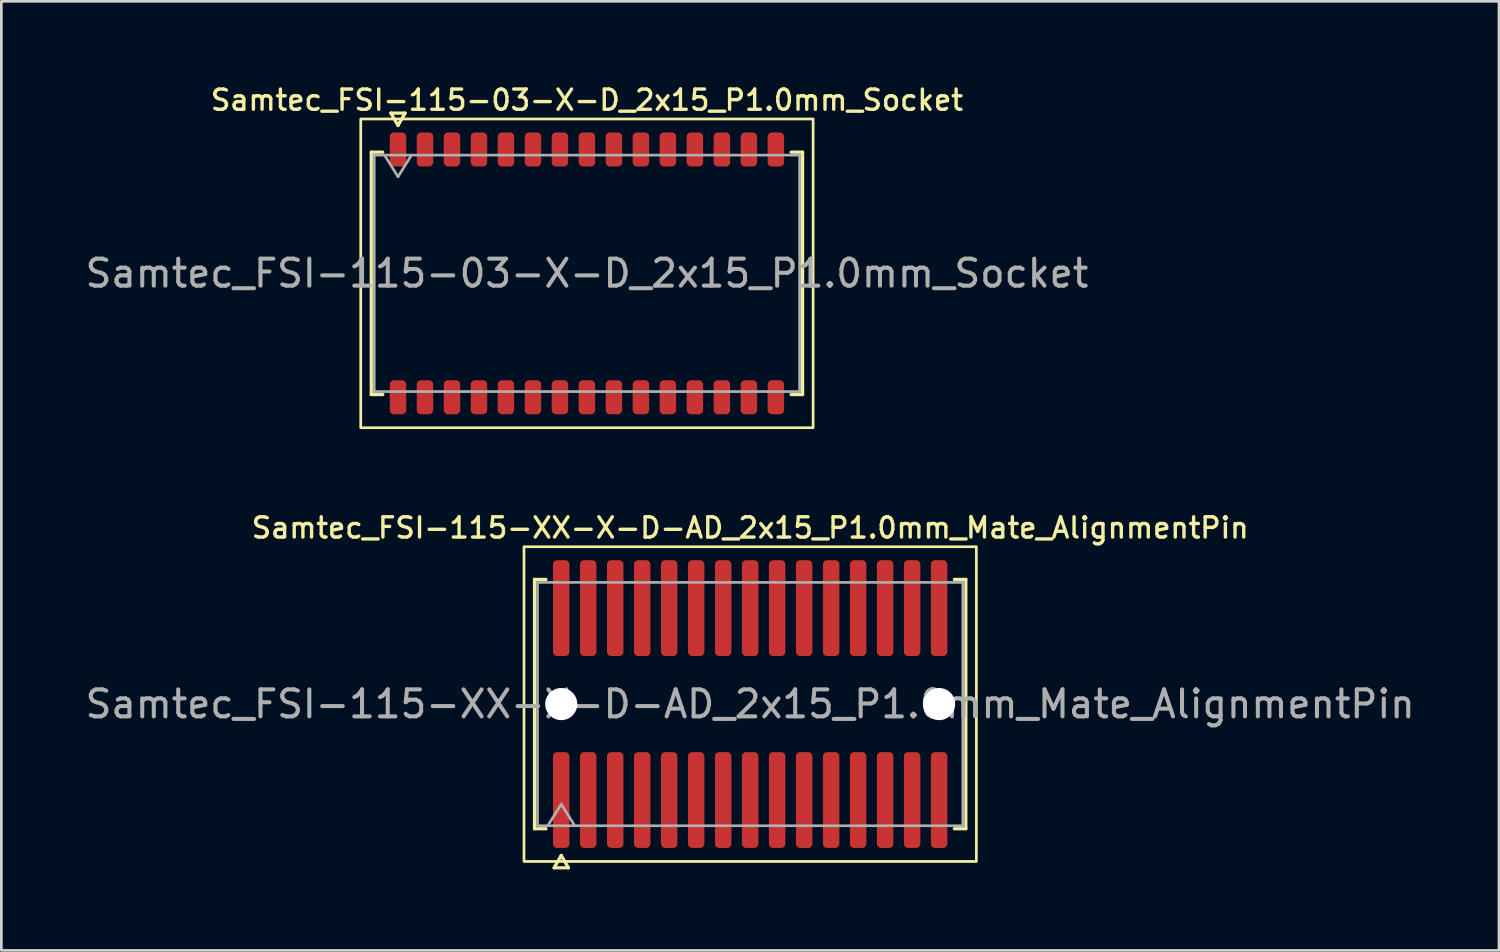
<source format=kicad_pcb>
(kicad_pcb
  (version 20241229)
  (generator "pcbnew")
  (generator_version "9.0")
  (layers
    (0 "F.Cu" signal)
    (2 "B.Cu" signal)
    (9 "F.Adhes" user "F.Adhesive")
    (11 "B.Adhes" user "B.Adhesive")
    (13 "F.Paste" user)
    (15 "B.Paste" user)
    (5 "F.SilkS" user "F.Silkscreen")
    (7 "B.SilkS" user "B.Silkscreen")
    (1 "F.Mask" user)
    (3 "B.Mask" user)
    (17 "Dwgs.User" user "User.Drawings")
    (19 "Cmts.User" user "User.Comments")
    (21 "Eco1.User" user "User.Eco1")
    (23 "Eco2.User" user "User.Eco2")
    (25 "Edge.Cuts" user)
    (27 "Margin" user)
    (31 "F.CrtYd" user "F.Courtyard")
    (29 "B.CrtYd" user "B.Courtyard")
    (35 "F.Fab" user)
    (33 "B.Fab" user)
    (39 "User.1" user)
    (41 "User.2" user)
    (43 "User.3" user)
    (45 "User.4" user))
  (footprint "Samtec_FSI-115-XX-X-D-AD_2x15_P1.0mm_Mate_AlignmentPin"
    (layer "F.Cu")
    (at 24.744 23.036)
    (property "Reference" "Samtec_FSI-115-XX-X-D-AD_2x15_P1.0mm_Mate_AlignmentPin" (at 0 -6.53 0) (layer "F.SilkS") (effects (font (size 0.75 0.75) (thickness 0.125))))
    (attr exclude_from_pos_files exclude_from_bom)
    (fp_line (start -7.99 -4.619) (end -7.565 -4.619) (stroke (width 0.12) (type solid)) (layer "F.SilkS"))
    (fp_line (start -7.99 4.619) (end -7.99 -4.619) (stroke (width 0.12) (type solid)) (layer "F.SilkS"))
    (fp_line (start -7.565 4.619) (end -7.99 4.619) (stroke (width 0.12) (type solid)) (layer "F.SilkS"))
    (fp_line (start -7.264 6.066) (end -7 5.609) (stroke (width 0.12) (type solid)) (layer "F.SilkS"))
    (fp_line (start -7 5.609) (end -6.736 6.066) (stroke (width 0.12) (type solid)) (layer "F.SilkS"))
    (fp_line (start -6.736 6.066) (end -7.264 6.066) (stroke (width 0.12) (type solid)) (layer "F.SilkS"))
    (fp_line (start 7.565 -4.619) (end 7.99 -4.619) (stroke (width 0.12) (type solid)) (layer "F.SilkS"))
    (fp_line (start 7.99 -4.619) (end 7.99 4.619) (stroke (width 0.12) (type solid)) (layer "F.SilkS"))
    (fp_line (start 7.99 4.619) (end 7.565 4.619) (stroke (width 0.12) (type solid)) (layer "F.SilkS"))
    (fp_rect (start -8.38 -5.83) (end 8.38 5.83) (stroke (width 0.1) (type solid)) (fill no) (layer "F.SilkS"))
    (fp_line (start -7.88 -4.508) (end 7.88 -4.508) (stroke (width 0.1) (type solid)) (layer "F.Fab"))
    (fp_line (start -7.88 4.508) (end -7.88 -4.508) (stroke (width 0.1) (type solid)) (layer "F.Fab"))
    (fp_line (start -7.5 4.508) (end -7 3.708) (stroke (width 0.1) (type solid)) (layer "F.Fab"))
    (fp_line (start -7 3.708) (end -6.5 4.508) (stroke (width 0.1) (type solid)) (layer "F.Fab"))
    (fp_line (start 7.88 -4.508) (end 7.88 4.508) (stroke (width 0.1) (type solid)) (layer "F.Fab"))
    (fp_line (start 7.88 4.508) (end -7.88 4.508) (stroke (width 0.1) (type solid)) (layer "F.Fab"))
    (fp_text user "${REFERENCE}" (at 0 0 0) (layer "F.Fab") (effects (font (size 1 1) (thickness 0.15))))
    (pad "" np_thru_hole circle (at -7 0) (size 1.19 1.19) (drill 1.19) (layers "*.Cu" "*.Mask"))
    (pad "" np_thru_hole circle (at 7 0) (size 1.19 1.19) (drill 1.19) (layers "*.Cu" "*.Mask"))
    (pad "1" smd roundrect (at -7 3.555) (size 0.61 3.55) (layers "F.Cu" "F.Mask") (roundrect_rratio 0.25))
    (pad "2" smd roundrect (at -7 -3.555) (size 0.61 3.55) (layers "F.Cu" "F.Mask") (roundrect_rratio 0.25))
    (pad "3" smd roundrect (at -6 3.555) (size 0.61 3.55) (layers "F.Cu" "F.Mask") (roundrect_rratio 0.25))
    (pad "4" smd roundrect (at -6 -3.555) (size 0.61 3.55) (layers "F.Cu" "F.Mask") (roundrect_rratio 0.25))
    (pad "5" smd roundrect (at -5 3.555) (size 0.61 3.55) (layers "F.Cu" "F.Mask") (roundrect_rratio 0.25))
    (pad "6" smd roundrect (at -5 -3.555) (size 0.61 3.55) (layers "F.Cu" "F.Mask") (roundrect_rratio 0.25))
    (pad "7" smd roundrect (at -4 3.555) (size 0.61 3.55) (layers "F.Cu" "F.Mask") (roundrect_rratio 0.25))
    (pad "8" smd roundrect (at -4 -3.555) (size 0.61 3.55) (layers "F.Cu" "F.Mask") (roundrect_rratio 0.25))
    (pad "9" smd roundrect (at -3 3.555) (size 0.61 3.55) (layers "F.Cu" "F.Mask") (roundrect_rratio 0.25))
    (pad "10" smd roundrect (at -3 -3.555) (size 0.61 3.55) (layers "F.Cu" "F.Mask") (roundrect_rratio 0.25))
    (pad "11" smd roundrect (at -2 3.555) (size 0.61 3.55) (layers "F.Cu" "F.Mask") (roundrect_rratio 0.25))
    (pad "12" smd roundrect (at -2 -3.555) (size 0.61 3.55) (layers "F.Cu" "F.Mask") (roundrect_rratio 0.25))
    (pad "13" smd roundrect (at -1 3.555) (size 0.61 3.55) (layers "F.Cu" "F.Mask") (roundrect_rratio 0.25))
    (pad "14" smd roundrect (at -1 -3.555) (size 0.61 3.55) (layers "F.Cu" "F.Mask") (roundrect_rratio 0.25))
    (pad "15" smd roundrect (at 0 3.555) (size 0.61 3.55) (layers "F.Cu" "F.Mask") (roundrect_rratio 0.25))
    (pad "16" smd roundrect (at 0 -3.555) (size 0.61 3.55) (layers "F.Cu" "F.Mask") (roundrect_rratio 0.25))
    (pad "17" smd roundrect (at 1 3.555) (size 0.61 3.55) (layers "F.Cu" "F.Mask") (roundrect_rratio 0.25))
    (pad "18" smd roundrect (at 1 -3.555) (size 0.61 3.55) (layers "F.Cu" "F.Mask") (roundrect_rratio 0.25))
    (pad "19" smd roundrect (at 2 3.555) (size 0.61 3.55) (layers "F.Cu" "F.Mask") (roundrect_rratio 0.25))
    (pad "20" smd roundrect (at 2 -3.555) (size 0.61 3.55) (layers "F.Cu" "F.Mask") (roundrect_rratio 0.25))
    (pad "21" smd roundrect (at 3 3.555) (size 0.61 3.55) (layers "F.Cu" "F.Mask") (roundrect_rratio 0.25))
    (pad "22" smd roundrect (at 3 -3.555) (size 0.61 3.55) (layers "F.Cu" "F.Mask") (roundrect_rratio 0.25))
    (pad "23" smd roundrect (at 4 3.555) (size 0.61 3.55) (layers "F.Cu" "F.Mask") (roundrect_rratio 0.25))
    (pad "24" smd roundrect (at 4 -3.555) (size 0.61 3.55) (layers "F.Cu" "F.Mask") (roundrect_rratio 0.25))
    (pad "25" smd roundrect (at 5 3.555) (size 0.61 3.55) (layers "F.Cu" "F.Mask") (roundrect_rratio 0.25))
    (pad "26" smd roundrect (at 5 -3.555) (size 0.61 3.55) (layers "F.Cu" "F.Mask") (roundrect_rratio 0.25))
    (pad "27" smd roundrect (at 6 3.555) (size 0.61 3.55) (layers "F.Cu" "F.Mask") (roundrect_rratio 0.25))
    (pad "28" smd roundrect (at 6 -3.555) (size 0.61 3.55) (layers "F.Cu" "F.Mask") (roundrect_rratio 0.25))
    (pad "29" smd roundrect (at 7 3.555) (size 0.61 3.55) (layers "F.Cu" "F.Mask") (roundrect_rratio 0.25))
    (pad "30" smd roundrect (at 7 -3.555) (size 0.61 3.55) (layers "F.Cu" "F.Mask") (roundrect_rratio 0.25)))
  (footprint "Samtec_FSI-115-03-X-D_2x15_P1.0mm_Socket"
    (layer "F.Cu")
    (at 18.696 7.078)
    (property "Reference" "Samtec_FSI-115-03-X-D_2x15_P1.0mm_Socket" (at 0 -6.42 0) (layer "F.SilkS") (effects (font (size 0.75 0.75) (thickness 0.125))))
    (attr smd)
    (fp_line (start -7.99 -4.49) (end -7.565 -4.49) (stroke (width 0.12) (type solid)) (layer "F.SilkS"))
    (fp_line (start -7.99 4.49) (end -7.99 -4.49) (stroke (width 0.12) (type solid)) (layer "F.SilkS"))
    (fp_line (start -7.565 4.49) (end -7.99 4.49) (stroke (width 0.12) (type solid)) (layer "F.SilkS"))
    (fp_line (start -7.264 -5.938) (end -7 -5.48) (stroke (width 0.12) (type solid)) (layer "F.SilkS"))
    (fp_line (start -7 -5.48) (end -6.736 -5.938) (stroke (width 0.12) (type solid)) (layer "F.SilkS"))
    (fp_line (start -6.736 -5.938) (end -7.264 -5.938) (stroke (width 0.12) (type solid)) (layer "F.SilkS"))
    (fp_line (start 7.565 -4.49) (end 7.99 -4.49) (stroke (width 0.12) (type solid)) (layer "F.SilkS"))
    (fp_line (start 7.99 -4.49) (end 7.99 4.49) (stroke (width 0.12) (type solid)) (layer "F.SilkS"))
    (fp_line (start 7.99 4.49) (end 7.565 4.49) (stroke (width 0.12) (type solid)) (layer "F.SilkS"))
    (fp_rect (start -8.38 -5.72) (end 8.38 5.72) (stroke (width 0.1) (type solid)) (fill no) (layer "F.SilkS"))
    (fp_line (start -7.88 -4.38) (end 7.88 -4.38) (stroke (width 0.1) (type solid)) (layer "F.Fab"))
    (fp_line (start -7.88 4.38) (end -7.88 -4.38) (stroke (width 0.1) (type solid)) (layer "F.Fab"))
    (fp_line (start -7.5 -4.38) (end -7 -3.58) (stroke (width 0.1) (type solid)) (layer "F.Fab"))
    (fp_line (start -7 -3.58) (end -6.5 -4.38) (stroke (width 0.1) (type solid)) (layer "F.Fab"))
    (fp_line (start 7.88 -4.38) (end 7.88 4.38) (stroke (width 0.1) (type solid)) (layer "F.Fab"))
    (fp_line (start 7.88 4.38) (end -7.88 4.38) (stroke (width 0.1) (type solid)) (layer "F.Fab"))
    (fp_text user "${REFERENCE}" (at 0 0 0) (layer "F.Fab") (effects (font (size 1 1) (thickness 0.15))))
    (pad "1" smd roundrect (at -7 -4.59) (size 0.61 1.26) (layers "F.Cu" "F.Mask" "F.Paste") (roundrect_rratio 0.25))
    (pad "2" smd roundrect (at -7 4.59) (size 0.61 1.26) (layers "F.Cu" "F.Mask" "F.Paste") (roundrect_rratio 0.25))
    (pad "3" smd roundrect (at -6 -4.59) (size 0.61 1.26) (layers "F.Cu" "F.Mask" "F.Paste") (roundrect_rratio 0.25))
    (pad "4" smd roundrect (at -6 4.59) (size 0.61 1.26) (layers "F.Cu" "F.Mask" "F.Paste") (roundrect_rratio 0.25))
    (pad "5" smd roundrect (at -5 -4.59) (size 0.61 1.26) (layers "F.Cu" "F.Mask" "F.Paste") (roundrect_rratio 0.25))
    (pad "6" smd roundrect (at -5 4.59) (size 0.61 1.26) (layers "F.Cu" "F.Mask" "F.Paste") (roundrect_rratio 0.25))
    (pad "7" smd roundrect (at -4 -4.59) (size 0.61 1.26) (layers "F.Cu" "F.Mask" "F.Paste") (roundrect_rratio 0.25))
    (pad "8" smd roundrect (at -4 4.59) (size 0.61 1.26) (layers "F.Cu" "F.Mask" "F.Paste") (roundrect_rratio 0.25))
    (pad "9" smd roundrect (at -3 -4.59) (size 0.61 1.26) (layers "F.Cu" "F.Mask" "F.Paste") (roundrect_rratio 0.25))
    (pad "10" smd roundrect (at -3 4.59) (size 0.61 1.26) (layers "F.Cu" "F.Mask" "F.Paste") (roundrect_rratio 0.25))
    (pad "11" smd roundrect (at -2 -4.59) (size 0.61 1.26) (layers "F.Cu" "F.Mask" "F.Paste") (roundrect_rratio 0.25))
    (pad "12" smd roundrect (at -2 4.59) (size 0.61 1.26) (layers "F.Cu" "F.Mask" "F.Paste") (roundrect_rratio 0.25))
    (pad "13" smd roundrect (at -1 -4.59) (size 0.61 1.26) (layers "F.Cu" "F.Mask" "F.Paste") (roundrect_rratio 0.25))
    (pad "14" smd roundrect (at -1 4.59) (size 0.61 1.26) (layers "F.Cu" "F.Mask" "F.Paste") (roundrect_rratio 0.25))
    (pad "15" smd roundrect (at 0 -4.59) (size 0.61 1.26) (layers "F.Cu" "F.Mask" "F.Paste") (roundrect_rratio 0.25))
    (pad "16" smd roundrect (at 0 4.59) (size 0.61 1.26) (layers "F.Cu" "F.Mask" "F.Paste") (roundrect_rratio 0.25))
    (pad "17" smd roundrect (at 1 -4.59) (size 0.61 1.26) (layers "F.Cu" "F.Mask" "F.Paste") (roundrect_rratio 0.25))
    (pad "18" smd roundrect (at 1 4.59) (size 0.61 1.26) (layers "F.Cu" "F.Mask" "F.Paste") (roundrect_rratio 0.25))
    (pad "19" smd roundrect (at 2 -4.59) (size 0.61 1.26) (layers "F.Cu" "F.Mask" "F.Paste") (roundrect_rratio 0.25))
    (pad "20" smd roundrect (at 2 4.59) (size 0.61 1.26) (layers "F.Cu" "F.Mask" "F.Paste") (roundrect_rratio 0.25))
    (pad "21" smd roundrect (at 3 -4.59) (size 0.61 1.26) (layers "F.Cu" "F.Mask" "F.Paste") (roundrect_rratio 0.25))
    (pad "22" smd roundrect (at 3 4.59) (size 0.61 1.26) (layers "F.Cu" "F.Mask" "F.Paste") (roundrect_rratio 0.25))
    (pad "23" smd roundrect (at 4 -4.59) (size 0.61 1.26) (layers "F.Cu" "F.Mask" "F.Paste") (roundrect_rratio 0.25))
    (pad "24" smd roundrect (at 4 4.59) (size 0.61 1.26) (layers "F.Cu" "F.Mask" "F.Paste") (roundrect_rratio 0.25))
    (pad "25" smd roundrect (at 5 -4.59) (size 0.61 1.26) (layers "F.Cu" "F.Mask" "F.Paste") (roundrect_rratio 0.25))
    (pad "26" smd roundrect (at 5 4.59) (size 0.61 1.26) (layers "F.Cu" "F.Mask" "F.Paste") (roundrect_rratio 0.25))
    (pad "27" smd roundrect (at 6 -4.59) (size 0.61 1.26) (layers "F.Cu" "F.Mask" "F.Paste") (roundrect_rratio 0.25))
    (pad "28" smd roundrect (at 6 4.59) (size 0.61 1.26) (layers "F.Cu" "F.Mask" "F.Paste") (roundrect_rratio 0.25))
    (pad "29" smd roundrect (at 7 -4.59) (size 0.61 1.26) (layers "F.Cu" "F.Mask" "F.Paste") (roundrect_rratio 0.25))
    (pad "30" smd roundrect (at 7 4.59) (size 0.61 1.26) (layers "F.Cu" "F.Mask" "F.Paste") (roundrect_rratio 0.25)))
  (gr_rect
    (start -3 -3)
    (end 52.488 32.162)
    (stroke (width 0.1) (type default))
    (fill no)
    (layer "Edge.Cuts")))
</source>
